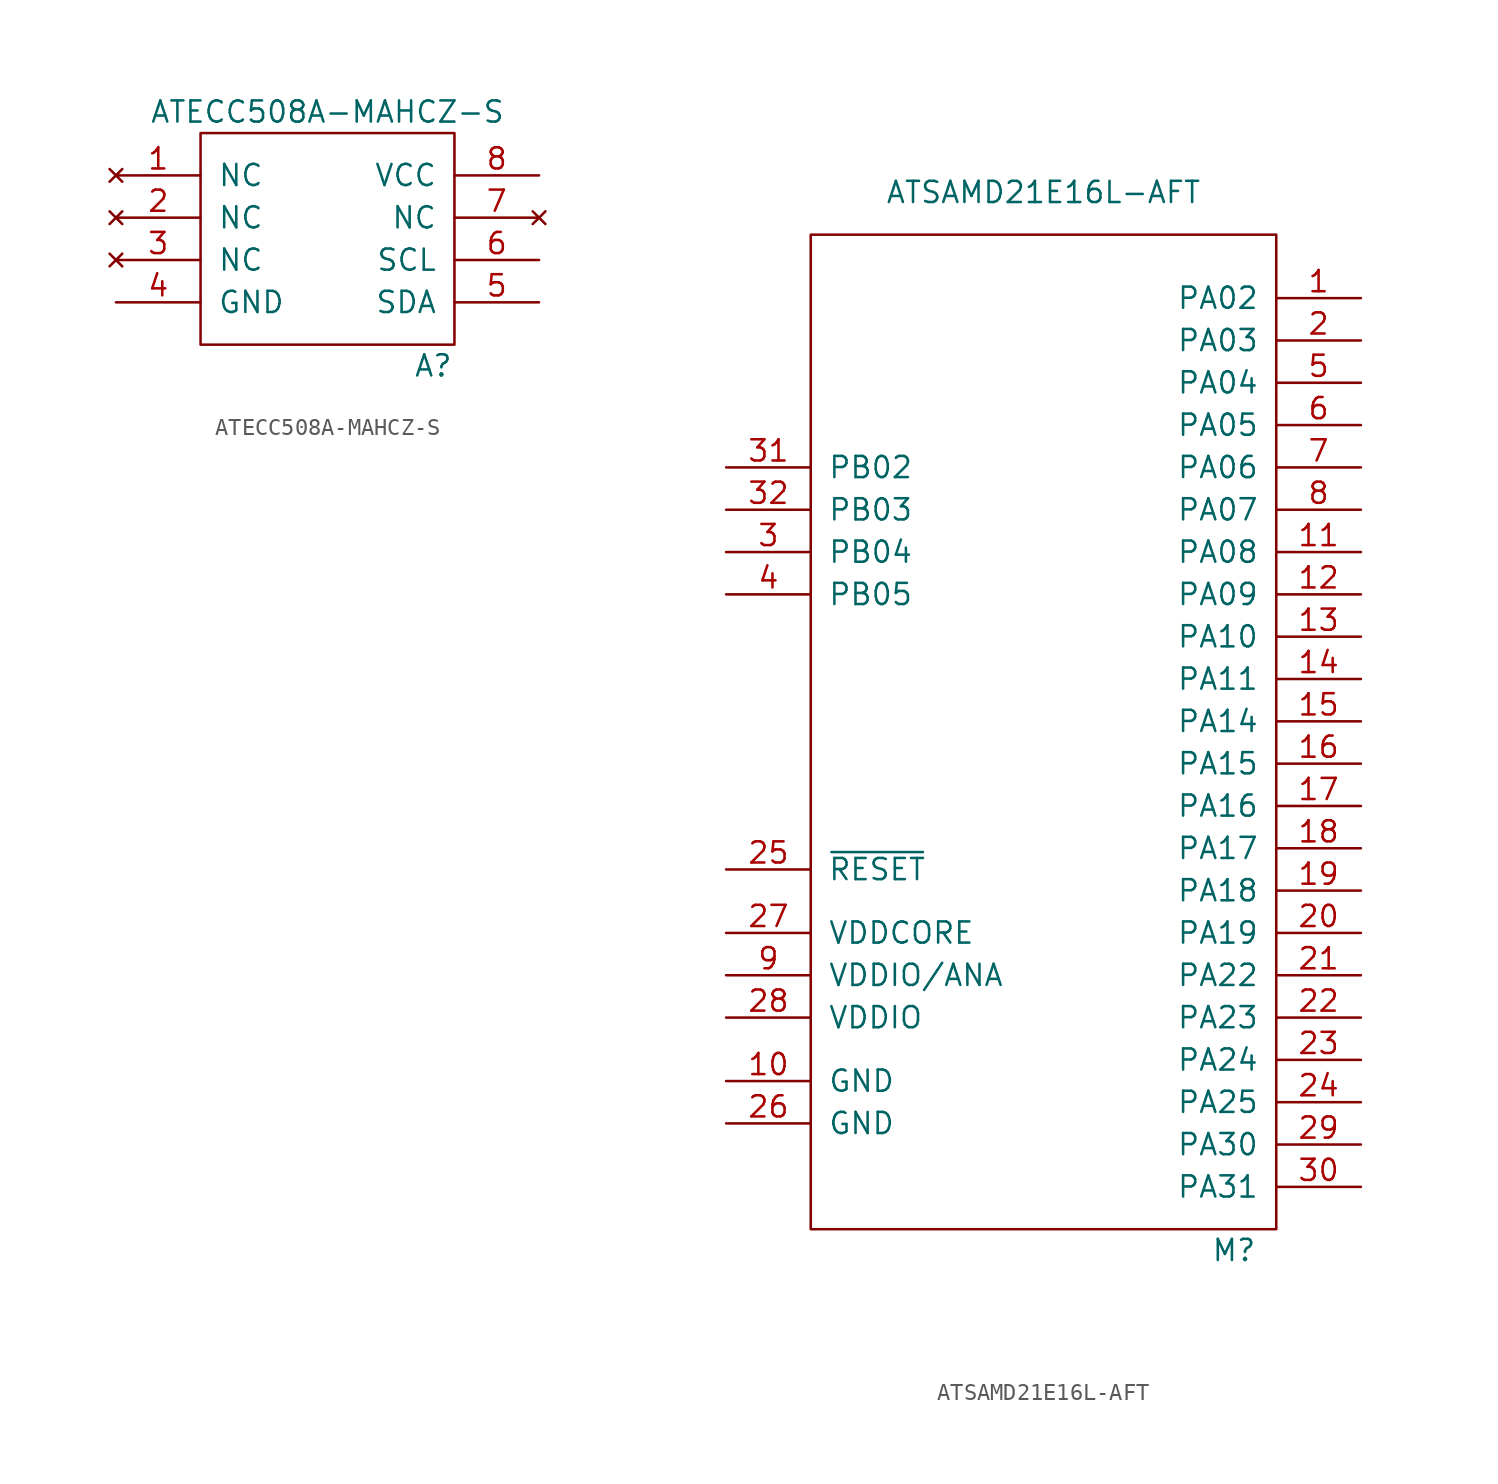
<source format=kicad_sym>
(kicad_symbol_lib
  (version 20211014)
  (generator kicad_symbol_editor)
  (symbol "ATECC508A-MAHCZ-S"
    (pin_names
      (offset 1.016))
    (property "Reference" "A"
      (at 6.35 -7.62 0)
      (effects (font (size 1.27 1.27))))
    (property "Value" "ATECC508A-MAHCZ-S"
      (at 0 7.62 0)
      (effects (font (size 1.27 1.27))))
    (symbol "ATECC508A-MAHCZ-S_0_1"
      (rectangle (start -7.62 6.35) (end 7.62 -6.35) (stroke (width 0) (type default) (color 0 0 0 0)) (fill (type none))))
    (symbol "ATECC508A-MAHCZ-S_1_1"
      (pin no_connect line (at -12.7 3.81 0) (length 5.08) (name "NC" (effects (font (size 1.27 1.27)))) (number "1" (effects (font (size 1.27 1.27)))))
      (pin no_connect line (at -12.7 1.27 0) (length 5.08) (name "NC" (effects (font (size 1.27 1.27)))) (number "2" (effects (font (size 1.27 1.27)))))
      (pin no_connect line (at -12.7 -1.27 0) (length 5.08) (name "NC" (effects (font (size 1.27 1.27)))) (number "3" (effects (font (size 1.27 1.27)))))
      (pin power_in line (at -12.7 -3.81 0) (length 5.08) (name "GND" (effects (font (size 1.27 1.27)))) (number "4" (effects (font (size 1.27 1.27)))))
      (pin bidirectional line (at 12.7 -3.81 180) (length 5.08) (name "SDA" (effects (font (size 1.27 1.27)))) (number "5" (effects (font (size 1.27 1.27)))))
      (pin input line (at 12.7 -1.27 180) (length 5.08) (name "SCL" (effects (font (size 1.27 1.27)))) (number "6" (effects (font (size 1.27 1.27)))))
      (pin no_connect line (at 12.7 1.27 180) (length 5.08) (name "NC" (effects (font (size 1.27 1.27)))) (number "7" (effects (font (size 1.27 1.27)))))
      (pin power_in line (at 12.7 3.81 180) (length 5.08) (name "VCC" (effects (font (size 1.27 1.27)))) (number "8" (effects (font (size 1.27 1.27)))))))
  (symbol "ATSAMD21E16L-AFT"
    (pin_names
      (offset 1.016))
    (property "Reference" "M"
      (at 11.43 -27.94 0)
      (effects (font (size 1.27 1.27))))
    (property "Value" "ATSAMD21E16L-AFT"
      (at 0 35.56 0)
      (effects (font (size 1.27 1.27))))
    (symbol "ATSAMD21E16L-AFT_0_0"
      (pin bidirectional line (at 19.05 29.21 180) (length 5.08) (name "PA02" (effects (font (size 1.27 1.27)))) (number "1" (effects (font (size 1.27 1.27)))))
      (pin power_in line (at -19.05 -17.78 0) (length 5.08) (name "GND" (effects (font (size 1.27 1.27)))) (number "10" (effects (font (size 1.27 1.27)))))
      (pin bidirectional line (at 19.05 13.97 180) (length 5.08) (name "PA08" (effects (font (size 1.27 1.27)))) (number "11" (effects (font (size 1.27 1.27)))))
      (pin bidirectional line (at 19.05 11.43 180) (length 5.08) (name "PA09" (effects (font (size 1.27 1.27)))) (number "12" (effects (font (size 1.27 1.27)))))
      (pin bidirectional line (at 19.05 8.89 180) (length 5.08) (name "PA10" (effects (font (size 1.27 1.27)))) (number "13" (effects (font (size 1.27 1.27)))))
      (pin bidirectional line (at 19.05 6.35 180) (length 5.08) (name "PA11" (effects (font (size 1.27 1.27)))) (number "14" (effects (font (size 1.27 1.27)))))
      (pin bidirectional line (at 19.05 3.81 180) (length 5.08) (name "PA14" (effects (font (size 1.27 1.27)))) (number "15" (effects (font (size 1.27 1.27)))))
      (pin bidirectional line (at 19.05 1.27 180) (length 5.08) (name "PA15" (effects (font (size 1.27 1.27)))) (number "16" (effects (font (size 1.27 1.27)))))
      (pin bidirectional line (at 19.05 -1.27 180) (length 5.08) (name "PA16" (effects (font (size 1.27 1.27)))) (number "17" (effects (font (size 1.27 1.27)))))
      (pin bidirectional line (at 19.05 -3.81 180) (length 5.08) (name "PA17" (effects (font (size 1.27 1.27)))) (number "18" (effects (font (size 1.27 1.27)))))
      (pin bidirectional line (at 19.05 -6.35 180) (length 5.08) (name "PA18" (effects (font (size 1.27 1.27)))) (number "19" (effects (font (size 1.27 1.27)))))
      (pin bidirectional line (at 19.05 26.67 180) (length 5.08) (name "PA03" (effects (font (size 1.27 1.27)))) (number "2" (effects (font (size 1.27 1.27)))))
      (pin bidirectional line (at 19.05 -8.89 180) (length 5.08) (name "PA19" (effects (font (size 1.27 1.27)))) (number "20" (effects (font (size 1.27 1.27)))))
      (pin bidirectional line (at 19.05 -11.43 180) (length 5.08) (name "PA22" (effects (font (size 1.27 1.27)))) (number "21" (effects (font (size 1.27 1.27)))))
      (pin bidirectional line (at 19.05 -13.97 180) (length 5.08) (name "PA23" (effects (font (size 1.27 1.27)))) (number "22" (effects (font (size 1.27 1.27)))))
      (pin bidirectional line (at 19.05 -16.51 180) (length 5.08) (name "PA24" (effects (font (size 1.27 1.27)))) (number "23" (effects (font (size 1.27 1.27)))))
      (pin bidirectional line (at 19.05 -19.05 180) (length 5.08) (name "PA25" (effects (font (size 1.27 1.27)))) (number "24" (effects (font (size 1.27 1.27)))))
      (pin input line (at -19.05 -5.08 0) (length 5.08) (name "~{RESET}" (effects (font (size 1.27 1.27)))) (number "25" (effects (font (size 1.27 1.27)))))
      (pin power_in line (at -19.05 -20.32 0) (length 5.08) (name "GND" (effects (font (size 1.27 1.27)))) (number "26" (effects (font (size 1.27 1.27)))))
      (pin power_out line (at -19.05 -8.89 0) (length 5.08) (name "VDDCORE" (effects (font (size 1.27 1.27)))) (number "27" (effects (font (size 1.27 1.27)))))
      (pin power_in line (at -19.05 -13.97 0) (length 5.08) (name "VDDIO" (effects (font (size 1.27 1.27)))) (number "28" (effects (font (size 1.27 1.27)))))
      (pin bidirectional line (at 19.05 -21.59 180) (length 5.08) (name "PA30" (effects (font (size 1.27 1.27)))) (number "29" (effects (font (size 1.27 1.27)))))
      (pin bidirectional line (at -19.05 13.97 0) (length 5.08) (name "PB04" (effects (font (size 1.27 1.27)))) (number "3" (effects (font (size 1.27 1.27)))))
      (pin bidirectional line (at 19.05 -24.13 180) (length 5.08) (name "PA31" (effects (font (size 1.27 1.27)))) (number "30" (effects (font (size 1.27 1.27)))))
      (pin bidirectional line (at -19.05 19.05 0) (length 5.08) (name "PB02" (effects (font (size 1.27 1.27)))) (number "31" (effects (font (size 1.27 1.27)))))
      (pin bidirectional line (at -19.05 16.51 0) (length 5.08) (name "PB03" (effects (font (size 1.27 1.27)))) (number "32" (effects (font (size 1.27 1.27)))))
      (pin bidirectional line (at -19.05 11.43 0) (length 5.08) (name "PB05" (effects (font (size 1.27 1.27)))) (number "4" (effects (font (size 1.27 1.27)))))
      (pin bidirectional line (at 19.05 24.13 180) (length 5.08) (name "PA04" (effects (font (size 1.27 1.27)))) (number "5" (effects (font (size 1.27 1.27)))))
      (pin bidirectional line (at 19.05 21.59 180) (length 5.08) (name "PA05" (effects (font (size 1.27 1.27)))) (number "6" (effects (font (size 1.27 1.27)))))
      (pin bidirectional line (at 19.05 19.05 180) (length 5.08) (name "PA06" (effects (font (size 1.27 1.27)))) (number "7" (effects (font (size 1.27 1.27)))))
      (pin bidirectional line (at 19.05 16.51 180) (length 5.08) (name "PA07" (effects (font (size 1.27 1.27)))) (number "8" (effects (font (size 1.27 1.27)))))
      (pin power_in line (at -19.05 -11.43 0) (length 5.08) (name "VDDIO/ANA" (effects (font (size 1.27 1.27)))) (number "9" (effects (font (size 1.27 1.27))))))
    (symbol "ATSAMD21E16L-AFT_0_1"
      (rectangle (start -13.97 33.02) (end 13.97 -26.67) (stroke (width 0) (type default) (color 0 0 0 0)) (fill (type none))))))
</source>
